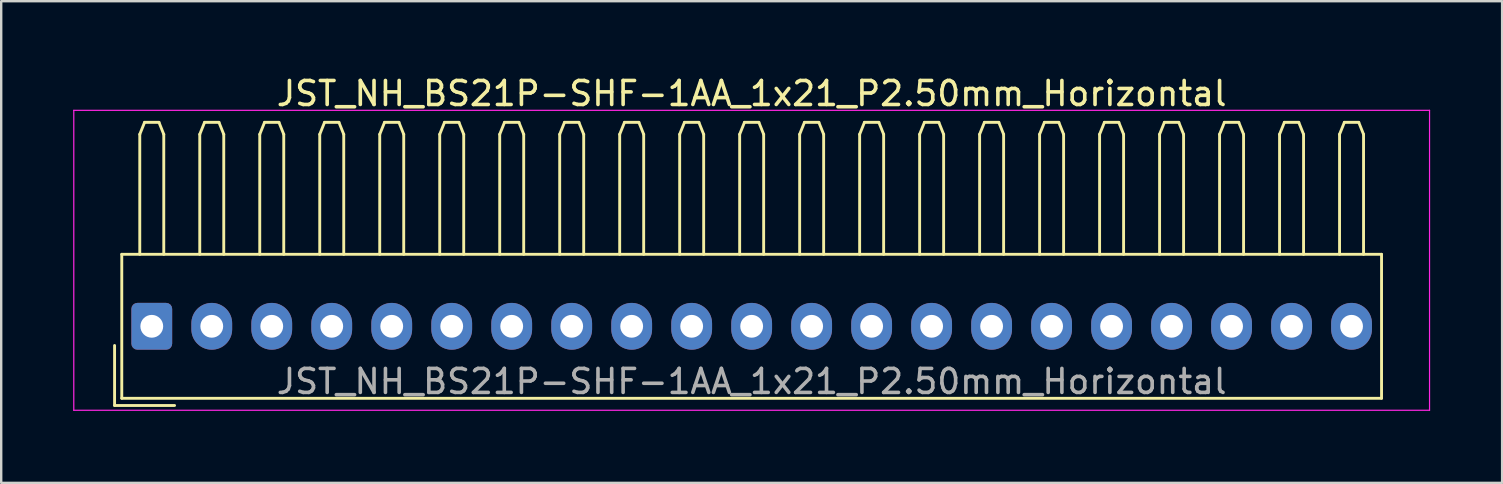
<source format=kicad_pcb>
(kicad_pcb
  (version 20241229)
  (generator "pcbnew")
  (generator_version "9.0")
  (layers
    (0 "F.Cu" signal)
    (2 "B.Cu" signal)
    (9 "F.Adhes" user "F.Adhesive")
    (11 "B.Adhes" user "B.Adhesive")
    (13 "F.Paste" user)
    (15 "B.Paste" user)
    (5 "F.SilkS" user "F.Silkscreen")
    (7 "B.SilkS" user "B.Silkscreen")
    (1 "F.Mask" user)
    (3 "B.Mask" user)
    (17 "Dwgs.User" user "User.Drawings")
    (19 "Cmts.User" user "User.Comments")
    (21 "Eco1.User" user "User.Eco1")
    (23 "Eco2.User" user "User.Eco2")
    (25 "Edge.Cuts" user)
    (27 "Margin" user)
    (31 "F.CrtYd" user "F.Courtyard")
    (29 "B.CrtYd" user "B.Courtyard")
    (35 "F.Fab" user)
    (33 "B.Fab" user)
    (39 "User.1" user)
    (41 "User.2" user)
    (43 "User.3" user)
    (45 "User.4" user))
  (footprint "JST_NH_BS21P-SHF-1AA_1x21_P2.50mm_Horizontal"
    (layer "F.Cu")
    (at 3.275 10.548)
    (property "Reference" "JST_NH_BS21P-SHF-1AA_1x21_P2.50mm_Horizontal" (at 25 -9.7 0) (layer "F.SilkS") (effects (font (size 1 1) (thickness 0.15))))
    (attr through_hole)
    (fp_line (start -1.55 0.8) (end -1.55 3.3) (stroke (width 0.12) (type solid)) (layer "F.SilkS"))
    (fp_line (start -1.55 3.3) (end 0.95 3.3) (stroke (width 0.12) (type solid)) (layer "F.SilkS"))
    (fp_line (start -1.25 -3) (end -1.25 3) (stroke (width 0.12) (type solid)) (layer "F.SilkS"))
    (fp_line (start -1.25 3) (end 51.25 3) (stroke (width 0.12) (type solid)) (layer "F.SilkS"))
    (fp_line (start -0.5 -8) (end -0.3 -8.5) (stroke (width 0.12) (type solid)) (layer "F.SilkS"))
    (fp_line (start -0.5 -3) (end -0.5 -8) (stroke (width 0.12) (type solid)) (layer "F.SilkS"))
    (fp_line (start -0.3 -8.5) (end 0.3 -8.5) (stroke (width 0.12) (type solid)) (layer "F.SilkS"))
    (fp_line (start 0.3 -8.5) (end 0.5 -8) (stroke (width 0.12) (type solid)) (layer "F.SilkS"))
    (fp_line (start 0.5 -8) (end 0.5 -3) (stroke (width 0.12) (type solid)) (layer "F.SilkS"))
    (fp_line (start 2 -8) (end 2.2 -8.5) (stroke (width 0.12) (type solid)) (layer "F.SilkS"))
    (fp_line (start 2 -3) (end 2 -8) (stroke (width 0.12) (type solid)) (layer "F.SilkS"))
    (fp_line (start 2.2 -8.5) (end 2.8 -8.5) (stroke (width 0.12) (type solid)) (layer "F.SilkS"))
    (fp_line (start 2.8 -8.5) (end 3 -8) (stroke (width 0.12) (type solid)) (layer "F.SilkS"))
    (fp_line (start 3 -8) (end 3 -3) (stroke (width 0.12) (type solid)) (layer "F.SilkS"))
    (fp_line (start 4.5 -8) (end 4.7 -8.5) (stroke (width 0.12) (type solid)) (layer "F.SilkS"))
    (fp_line (start 4.5 -3) (end 4.5 -8) (stroke (width 0.12) (type solid)) (layer "F.SilkS"))
    (fp_line (start 4.7 -8.5) (end 5.3 -8.5) (stroke (width 0.12) (type solid)) (layer "F.SilkS"))
    (fp_line (start 5.3 -8.5) (end 5.5 -8) (stroke (width 0.12) (type solid)) (layer "F.SilkS"))
    (fp_line (start 5.5 -8) (end 5.5 -3) (stroke (width 0.12) (type solid)) (layer "F.SilkS"))
    (fp_line (start 7 -8) (end 7.2 -8.5) (stroke (width 0.12) (type solid)) (layer "F.SilkS"))
    (fp_line (start 7 -3) (end 7 -8) (stroke (width 0.12) (type solid)) (layer "F.SilkS"))
    (fp_line (start 7.2 -8.5) (end 7.8 -8.5) (stroke (width 0.12) (type solid)) (layer "F.SilkS"))
    (fp_line (start 7.8 -8.5) (end 8 -8) (stroke (width 0.12) (type solid)) (layer "F.SilkS"))
    (fp_line (start 8 -8) (end 8 -3) (stroke (width 0.12) (type solid)) (layer "F.SilkS"))
    (fp_line (start 9.5 -8) (end 9.7 -8.5) (stroke (width 0.12) (type solid)) (layer "F.SilkS"))
    (fp_line (start 9.5 -3) (end 9.5 -8) (stroke (width 0.12) (type solid)) (layer "F.SilkS"))
    (fp_line (start 9.7 -8.5) (end 10.3 -8.5) (stroke (width 0.12) (type solid)) (layer "F.SilkS"))
    (fp_line (start 10.3 -8.5) (end 10.5 -8) (stroke (width 0.12) (type solid)) (layer "F.SilkS"))
    (fp_line (start 10.5 -8) (end 10.5 -3) (stroke (width 0.12) (type solid)) (layer "F.SilkS"))
    (fp_line (start 12 -8) (end 12.2 -8.5) (stroke (width 0.12) (type solid)) (layer "F.SilkS"))
    (fp_line (start 12 -3) (end 12 -8) (stroke (width 0.12) (type solid)) (layer "F.SilkS"))
    (fp_line (start 12.2 -8.5) (end 12.8 -8.5) (stroke (width 0.12) (type solid)) (layer "F.SilkS"))
    (fp_line (start 12.8 -8.5) (end 13 -8) (stroke (width 0.12) (type solid)) (layer "F.SilkS"))
    (fp_line (start 13 -8) (end 13 -3) (stroke (width 0.12) (type solid)) (layer "F.SilkS"))
    (fp_line (start 14.5 -8) (end 14.7 -8.5) (stroke (width 0.12) (type solid)) (layer "F.SilkS"))
    (fp_line (start 14.5 -3) (end 14.5 -8) (stroke (width 0.12) (type solid)) (layer "F.SilkS"))
    (fp_line (start 14.7 -8.5) (end 15.3 -8.5) (stroke (width 0.12) (type solid)) (layer "F.SilkS"))
    (fp_line (start 15.3 -8.5) (end 15.5 -8) (stroke (width 0.12) (type solid)) (layer "F.SilkS"))
    (fp_line (start 15.5 -8) (end 15.5 -3) (stroke (width 0.12) (type solid)) (layer "F.SilkS"))
    (fp_line (start 17 -8) (end 17.2 -8.5) (stroke (width 0.12) (type solid)) (layer "F.SilkS"))
    (fp_line (start 17 -3) (end 17 -8) (stroke (width 0.12) (type solid)) (layer "F.SilkS"))
    (fp_line (start 17.2 -8.5) (end 17.8 -8.5) (stroke (width 0.12) (type solid)) (layer "F.SilkS"))
    (fp_line (start 17.8 -8.5) (end 18 -8) (stroke (width 0.12) (type solid)) (layer "F.SilkS"))
    (fp_line (start 18 -8) (end 18 -3) (stroke (width 0.12) (type solid)) (layer "F.SilkS"))
    (fp_line (start 19.5 -8) (end 19.7 -8.5) (stroke (width 0.12) (type solid)) (layer "F.SilkS"))
    (fp_line (start 19.5 -3) (end 19.5 -8) (stroke (width 0.12) (type solid)) (layer "F.SilkS"))
    (fp_line (start 19.7 -8.5) (end 20.3 -8.5) (stroke (width 0.12) (type solid)) (layer "F.SilkS"))
    (fp_line (start 20.3 -8.5) (end 20.5 -8) (stroke (width 0.12) (type solid)) (layer "F.SilkS"))
    (fp_line (start 20.5 -8) (end 20.5 -3) (stroke (width 0.12) (type solid)) (layer "F.SilkS"))
    (fp_line (start 22 -8) (end 22.2 -8.5) (stroke (width 0.12) (type solid)) (layer "F.SilkS"))
    (fp_line (start 22 -3) (end 22 -8) (stroke (width 0.12) (type solid)) (layer "F.SilkS"))
    (fp_line (start 22.2 -8.5) (end 22.8 -8.5) (stroke (width 0.12) (type solid)) (layer "F.SilkS"))
    (fp_line (start 22.8 -8.5) (end 23 -8) (stroke (width 0.12) (type solid)) (layer "F.SilkS"))
    (fp_line (start 23 -8) (end 23 -3) (stroke (width 0.12) (type solid)) (layer "F.SilkS"))
    (fp_line (start 24.5 -8) (end 24.7 -8.5) (stroke (width 0.12) (type solid)) (layer "F.SilkS"))
    (fp_line (start 24.5 -3) (end 24.5 -8) (stroke (width 0.12) (type solid)) (layer "F.SilkS"))
    (fp_line (start 24.7 -8.5) (end 25.3 -8.5) (stroke (width 0.12) (type solid)) (layer "F.SilkS"))
    (fp_line (start 25.3 -8.5) (end 25.5 -8) (stroke (width 0.12) (type solid)) (layer "F.SilkS"))
    (fp_line (start 25.5 -8) (end 25.5 -3) (stroke (width 0.12) (type solid)) (layer "F.SilkS"))
    (fp_line (start 27 -8) (end 27.2 -8.5) (stroke (width 0.12) (type solid)) (layer "F.SilkS"))
    (fp_line (start 27 -3) (end 27 -8) (stroke (width 0.12) (type solid)) (layer "F.SilkS"))
    (fp_line (start 27.2 -8.5) (end 27.8 -8.5) (stroke (width 0.12) (type solid)) (layer "F.SilkS"))
    (fp_line (start 27.8 -8.5) (end 28 -8) (stroke (width 0.12) (type solid)) (layer "F.SilkS"))
    (fp_line (start 28 -8) (end 28 -3) (stroke (width 0.12) (type solid)) (layer "F.SilkS"))
    (fp_line (start 29.5 -8) (end 29.7 -8.5) (stroke (width 0.12) (type solid)) (layer "F.SilkS"))
    (fp_line (start 29.5 -3) (end 29.5 -8) (stroke (width 0.12) (type solid)) (layer "F.SilkS"))
    (fp_line (start 29.7 -8.5) (end 30.3 -8.5) (stroke (width 0.12) (type solid)) (layer "F.SilkS"))
    (fp_line (start 30.3 -8.5) (end 30.5 -8) (stroke (width 0.12) (type solid)) (layer "F.SilkS"))
    (fp_line (start 30.5 -8) (end 30.5 -3) (stroke (width 0.12) (type solid)) (layer "F.SilkS"))
    (fp_line (start 32 -8) (end 32.2 -8.5) (stroke (width 0.12) (type solid)) (layer "F.SilkS"))
    (fp_line (start 32 -3) (end 32 -8) (stroke (width 0.12) (type solid)) (layer "F.SilkS"))
    (fp_line (start 32.2 -8.5) (end 32.8 -8.5) (stroke (width 0.12) (type solid)) (layer "F.SilkS"))
    (fp_line (start 32.8 -8.5) (end 33 -8) (stroke (width 0.12) (type solid)) (layer "F.SilkS"))
    (fp_line (start 33 -8) (end 33 -3) (stroke (width 0.12) (type solid)) (layer "F.SilkS"))
    (fp_line (start 34.5 -8) (end 34.7 -8.5) (stroke (width 0.12) (type solid)) (layer "F.SilkS"))
    (fp_line (start 34.5 -3) (end 34.5 -8) (stroke (width 0.12) (type solid)) (layer "F.SilkS"))
    (fp_line (start 34.7 -8.5) (end 35.3 -8.5) (stroke (width 0.12) (type solid)) (layer "F.SilkS"))
    (fp_line (start 35.3 -8.5) (end 35.5 -8) (stroke (width 0.12) (type solid)) (layer "F.SilkS"))
    (fp_line (start 35.5 -8) (end 35.5 -3) (stroke (width 0.12) (type solid)) (layer "F.SilkS"))
    (fp_line (start 37 -8) (end 37.2 -8.5) (stroke (width 0.12) (type solid)) (layer "F.SilkS"))
    (fp_line (start 37 -3) (end 37 -8) (stroke (width 0.12) (type solid)) (layer "F.SilkS"))
    (fp_line (start 37.2 -8.5) (end 37.8 -8.5) (stroke (width 0.12) (type solid)) (layer "F.SilkS"))
    (fp_line (start 37.8 -8.5) (end 38 -8) (stroke (width 0.12) (type solid)) (layer "F.SilkS"))
    (fp_line (start 38 -8) (end 38 -3) (stroke (width 0.12) (type solid)) (layer "F.SilkS"))
    (fp_line (start 39.5 -8) (end 39.7 -8.5) (stroke (width 0.12) (type solid)) (layer "F.SilkS"))
    (fp_line (start 39.5 -3) (end 39.5 -8) (stroke (width 0.12) (type solid)) (layer "F.SilkS"))
    (fp_line (start 39.7 -8.5) (end 40.3 -8.5) (stroke (width 0.12) (type solid)) (layer "F.SilkS"))
    (fp_line (start 40.3 -8.5) (end 40.5 -8) (stroke (width 0.12) (type solid)) (layer "F.SilkS"))
    (fp_line (start 40.5 -8) (end 40.5 -3) (stroke (width 0.12) (type solid)) (layer "F.SilkS"))
    (fp_line (start 42 -8) (end 42.2 -8.5) (stroke (width 0.12) (type solid)) (layer "F.SilkS"))
    (fp_line (start 42 -3) (end 42 -8) (stroke (width 0.12) (type solid)) (layer "F.SilkS"))
    (fp_line (start 42.2 -8.5) (end 42.8 -8.5) (stroke (width 0.12) (type solid)) (layer "F.SilkS"))
    (fp_line (start 42.8 -8.5) (end 43 -8) (stroke (width 0.12) (type solid)) (layer "F.SilkS"))
    (fp_line (start 43 -8) (end 43 -3) (stroke (width 0.12) (type solid)) (layer "F.SilkS"))
    (fp_line (start 44.5 -8) (end 44.7 -8.5) (stroke (width 0.12) (type solid)) (layer "F.SilkS"))
    (fp_line (start 44.5 -3) (end 44.5 -8) (stroke (width 0.12) (type solid)) (layer "F.SilkS"))
    (fp_line (start 44.7 -8.5) (end 45.3 -8.5) (stroke (width 0.12) (type solid)) (layer "F.SilkS"))
    (fp_line (start 45.3 -8.5) (end 45.5 -8) (stroke (width 0.12) (type solid)) (layer "F.SilkS"))
    (fp_line (start 45.5 -8) (end 45.5 -3) (stroke (width 0.12) (type solid)) (layer "F.SilkS"))
    (fp_line (start 47 -8) (end 47.2 -8.5) (stroke (width 0.12) (type solid)) (layer "F.SilkS"))
    (fp_line (start 47 -3) (end 47 -8) (stroke (width 0.12) (type solid)) (layer "F.SilkS"))
    (fp_line (start 47.2 -8.5) (end 47.8 -8.5) (stroke (width 0.12) (type solid)) (layer "F.SilkS"))
    (fp_line (start 47.8 -8.5) (end 48 -8) (stroke (width 0.12) (type solid)) (layer "F.SilkS"))
    (fp_line (start 48 -8) (end 48 -3) (stroke (width 0.12) (type solid)) (layer "F.SilkS"))
    (fp_line (start 49.5 -8) (end 49.7 -8.5) (stroke (width 0.12) (type solid)) (layer "F.SilkS"))
    (fp_line (start 49.5 -3) (end 49.5 -8) (stroke (width 0.12) (type solid)) (layer "F.SilkS"))
    (fp_line (start 49.7 -8.5) (end 50.3 -8.5) (stroke (width 0.12) (type solid)) (layer "F.SilkS"))
    (fp_line (start 50.3 -8.5) (end 50.5 -8) (stroke (width 0.12) (type solid)) (layer "F.SilkS"))
    (fp_line (start 50.5 -8) (end 50.5 -3) (stroke (width 0.12) (type solid)) (layer "F.SilkS"))
    (fp_line (start 51.25 -3) (end -1.25 -3) (stroke (width 0.12) (type solid)) (layer "F.SilkS"))
    (fp_line (start 51.25 3) (end 51.25 -3) (stroke (width 0.12) (type solid)) (layer "F.SilkS"))
    (fp_line (start -3.25 -9) (end -3.25 3.5) (stroke (width 0.05) (type solid)) (layer "F.CrtYd"))
    (fp_line (start -3.25 3.5) (end 53.25 3.5) (stroke (width 0.05) (type solid)) (layer "F.CrtYd"))
    (fp_line (start 53.25 -9) (end -3.25 -9) (stroke (width 0.05) (type solid)) (layer "F.CrtYd"))
    (fp_line (start 53.25 3.5) (end 53.25 -9) (stroke (width 0.05) (type solid)) (layer "F.CrtYd"))
    (fp_text user "${REFERENCE}" (at 25 2.3 0) (layer "F.Fab") (effects (font (size 1 1) (thickness 0.15))))
    (pad "1" thru_hole roundrect (at 0 0) (size 1.7 1.95) (drill 0.95) (layers "*.Cu" "*.Mask") (roundrect_rratio 0.147))
    (pad "2" thru_hole oval (at 2.5 0) (size 1.7 1.95) (drill 0.95) (layers "*.Cu" "*.Mask"))
    (pad "3" thru_hole oval (at 5 0) (size 1.7 1.95) (drill 0.95) (layers "*.Cu" "*.Mask"))
    (pad "4" thru_hole oval (at 7.5 0) (size 1.7 1.95) (drill 0.95) (layers "*.Cu" "*.Mask"))
    (pad "5" thru_hole oval (at 10 0) (size 1.7 1.95) (drill 0.95) (layers "*.Cu" "*.Mask"))
    (pad "6" thru_hole oval (at 12.5 0) (size 1.7 1.95) (drill 0.95) (layers "*.Cu" "*.Mask"))
    (pad "7" thru_hole oval (at 15 0) (size 1.7 1.95) (drill 0.95) (layers "*.Cu" "*.Mask"))
    (pad "8" thru_hole oval (at 17.5 0) (size 1.7 1.95) (drill 0.95) (layers "*.Cu" "*.Mask"))
    (pad "9" thru_hole oval (at 20 0) (size 1.7 1.95) (drill 0.95) (layers "*.Cu" "*.Mask"))
    (pad "10" thru_hole oval (at 22.5 0) (size 1.7 1.95) (drill 0.95) (layers "*.Cu" "*.Mask"))
    (pad "11" thru_hole oval (at 25 0) (size 1.7 1.95) (drill 0.95) (layers "*.Cu" "*.Mask"))
    (pad "12" thru_hole oval (at 27.5 0) (size 1.7 1.95) (drill 0.95) (layers "*.Cu" "*.Mask"))
    (pad "13" thru_hole oval (at 30 0) (size 1.7 1.95) (drill 0.95) (layers "*.Cu" "*.Mask"))
    (pad "14" thru_hole oval (at 32.5 0) (size 1.7 1.95) (drill 0.95) (layers "*.Cu" "*.Mask"))
    (pad "15" thru_hole oval (at 35 0) (size 1.7 1.95) (drill 0.95) (layers "*.Cu" "*.Mask"))
    (pad "16" thru_hole oval (at 37.5 0) (size 1.7 1.95) (drill 0.95) (layers "*.Cu" "*.Mask"))
    (pad "17" thru_hole oval (at 40 0) (size 1.7 1.95) (drill 0.95) (layers "*.Cu" "*.Mask"))
    (pad "18" thru_hole oval (at 42.5 0) (size 1.7 1.95) (drill 0.95) (layers "*.Cu" "*.Mask"))
    (pad "19" thru_hole oval (at 45 0) (size 1.7 1.95) (drill 0.95) (layers "*.Cu" "*.Mask"))
    (pad "20" thru_hole oval (at 47.5 0) (size 1.7 1.95) (drill 0.95) (layers "*.Cu" "*.Mask"))
    (pad "21" thru_hole oval (at 50 0) (size 1.7 1.95) (drill 0.95) (layers "*.Cu" "*.Mask")))
  (gr_rect
    (start -3 -3)
    (end 59.55 17.073)
    (stroke (width 0.1) (type default))
    (fill no)
    (layer "Edge.Cuts")))
</source>
